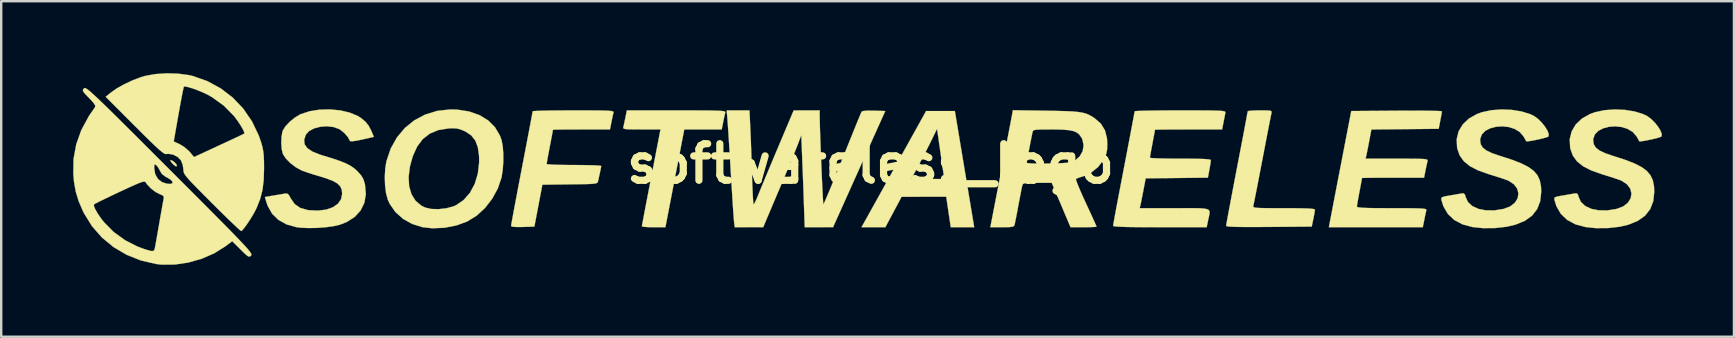
<source format=kicad_pcb>
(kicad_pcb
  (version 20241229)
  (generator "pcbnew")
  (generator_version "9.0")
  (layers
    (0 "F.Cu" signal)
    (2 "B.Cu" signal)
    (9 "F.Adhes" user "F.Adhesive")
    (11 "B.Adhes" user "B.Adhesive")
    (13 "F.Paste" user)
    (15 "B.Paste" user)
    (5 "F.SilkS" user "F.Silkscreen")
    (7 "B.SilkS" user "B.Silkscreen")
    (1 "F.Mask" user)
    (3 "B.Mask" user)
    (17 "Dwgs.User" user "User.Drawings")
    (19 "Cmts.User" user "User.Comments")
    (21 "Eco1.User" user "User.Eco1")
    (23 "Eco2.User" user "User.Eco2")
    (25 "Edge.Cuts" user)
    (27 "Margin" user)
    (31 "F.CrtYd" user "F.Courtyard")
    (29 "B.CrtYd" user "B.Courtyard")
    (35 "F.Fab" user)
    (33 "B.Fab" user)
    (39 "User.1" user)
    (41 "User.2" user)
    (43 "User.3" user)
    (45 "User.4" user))
  (footprint "softwareless_logo"
    (layer "F.Cu")
    (at 33.219 3.772)
    (property "Reference" "softwareless_logo" (at 0 0 0) (layer "F.SilkS") (effects (font (size 1.524 1.524) (thickness 0.3))))
    (attr through_hole)
    (fp_poly (pts (xy -29.101 -0.136) (xy -28.997 -0.062) (xy -28.917 0.027) (xy -28.899 0.099) (xy -28.945 0.109) (xy -29.039 0.039) (xy -29.075 0.003) (xy -29.163 -0.107) (xy -29.169 -0.156) (xy -29.101 -0.136)) (stroke (width 0.01) (type solid)) (fill yes) (layer "F.SilkS"))
    (fp_poly (pts (xy 3.918 0.225) (xy 4.321 2.646) (xy 3.344 2.646) (xy 3.156 1.376) (xy 2.226 1.376) (xy 1.296 1.377) (xy 0.958 2.011) (xy 0.619 2.646) (xy -0.376 2.646) (xy -0.191 2.315) (xy -0.126 2.2) (xy -0.017 2.003) (xy 0.132 1.736) (xy 0.313 1.411) (xy 0.52 1.038) (xy 0.744 0.635) (xy 1.697 0.635) (xy 3.076 0.635) (xy 3.042 0.41) (xy 3.023 0.279) (xy 2.992 0.067) (xy 2.953 -0.2) (xy 2.911 -0.496) (xy 2.891 -0.635) (xy 2.773 -1.455) (xy 2.554 -1.005) (xy 2.438 -0.77) (xy 2.291 -0.482) (xy 2.134 -0.182) (xy 2.017 0.04) (xy 1.697 0.635) (xy 0.744 0.635) (xy 0.747 0.628) (xy 0.989 0.194) (xy 1.156 -0.106) (xy 2.317 -2.196) (xy 3.515 -2.196) (xy 3.918 0.225)) (stroke (width 0.01) (type solid)) (fill yes) (layer "F.SilkS"))
    (fp_poly (pts (xy -7.567 -2.222) (xy -7.141 -2.221) (xy -6.802 -2.219) (xy -6.54 -2.215) (xy -6.346 -2.209) (xy -6.209 -2.201) (xy -6.121 -2.19) (xy -6.072 -2.175) (xy -6.051 -2.157) (xy -6.051 -2.134) (xy -6.052 -2.13) (xy -6.076 -2.029) (xy -6.112 -1.865) (xy -6.138 -1.733) (xy -6.199 -1.429) (xy -7.759 -1.429) (xy -8.152 0.609) (xy -8.545 2.646) (xy -9.035 2.646) (xy -9.248 2.642) (xy -9.414 2.631) (xy -9.51 2.616) (xy -9.525 2.606) (xy -9.515 2.547) (xy -9.487 2.396) (xy -9.443 2.163) (xy -9.386 1.861) (xy -9.317 1.502) (xy -9.239 1.096) (xy -9.154 0.655) (xy -9.137 0.569) (xy -8.75 -1.429) (xy -9.538 -1.429) (xy -9.842 -1.43) (xy -10.055 -1.434) (xy -10.193 -1.442) (xy -10.269 -1.458) (xy -10.301 -1.482) (xy -10.301 -1.516) (xy -10.3 -1.521) (xy -10.275 -1.623) (xy -10.24 -1.786) (xy -10.213 -1.918) (xy -10.152 -2.223) (xy -8.089 -2.223) (xy -7.567 -2.222)) (stroke (width 0.01) (type solid)) (fill yes) (layer "F.SilkS"))
    (fp_poly (pts (xy 16.459 -2.222) (xy 16.606 -2.216) (xy 16.684 -2.2) (xy 16.712 -2.17) (xy 16.708 -2.122) (xy 16.704 -2.103) (xy 16.688 -2.025) (xy 16.654 -1.855) (xy 16.605 -1.607) (xy 16.544 -1.293) (xy 16.473 -0.927) (xy 16.395 -0.52) (xy 16.326 -0.159) (xy 16.243 0.27) (xy 16.166 0.668) (xy 16.097 1.024) (xy 16.038 1.323) (xy 15.992 1.554) (xy 15.961 1.705) (xy 15.948 1.759) (xy 15.946 1.788) (xy 15.966 1.81) (xy 16.02 1.827) (xy 16.12 1.838) (xy 16.278 1.846) (xy 16.507 1.85) (xy 16.817 1.852) (xy 17.221 1.852) (xy 17.644 1.853) (xy 17.972 1.857) (xy 18.213 1.864) (xy 18.378 1.875) (xy 18.475 1.89) (xy 18.516 1.91) (xy 18.519 1.918) (xy 18.507 2.003) (xy 18.48 2.154) (xy 18.45 2.302) (xy 18.384 2.619) (xy 16.6 2.633) (xy 16.079 2.636) (xy 15.656 2.636) (xy 15.327 2.633) (xy 15.085 2.626) (xy 14.924 2.616) (xy 14.837 2.601) (xy 14.817 2.588) (xy 14.826 2.525) (xy 14.854 2.369) (xy 14.898 2.13) (xy 14.956 1.82) (xy 15.026 1.449) (xy 15.106 1.027) (xy 15.194 0.566) (xy 15.266 0.19) (xy 15.359 -0.293) (xy 15.446 -0.745) (xy 15.524 -1.153) (xy 15.591 -1.508) (xy 15.646 -1.8) (xy 15.686 -2.017) (xy 15.71 -2.148) (xy 15.716 -2.185) (xy 15.765 -2.201) (xy 15.897 -2.214) (xy 16.09 -2.221) (xy 16.225 -2.223) (xy 16.459 -2.222)) (stroke (width 0.01) (type solid)) (fill yes) (layer "F.SilkS"))
    (fp_poly (pts (xy -17.213 -2.254) (xy -16.722 -2.177) (xy -16.293 -2.026) (xy -15.931 -1.806) (xy -15.645 -1.52) (xy -15.44 -1.174) (xy -15.372 -0.987) (xy -15.324 -0.739) (xy -15.299 -0.425) (xy -15.299 -0.08) (xy -15.323 0.26) (xy -15.37 0.557) (xy -15.374 0.577) (xy -15.528 1.031) (xy -15.764 1.462) (xy -16.064 1.847) (xy -16.415 2.168) (xy -16.801 2.405) (xy -16.801 2.406) (xy -17.258 2.572) (xy -17.756 2.668) (xy -18.259 2.689) (xy -18.667 2.643) (xy -19.096 2.51) (xy -19.475 2.298) (xy -19.791 2.016) (xy -20.03 1.675) (xy -20.114 1.492) (xy -20.185 1.228) (xy -20.226 0.898) (xy -20.237 0.551) (xy -19.245 0.551) (xy -19.222 0.94) (xy -19.123 1.276) (xy -18.951 1.548) (xy -18.709 1.75) (xy -18.539 1.831) (xy -18.291 1.885) (xy -17.991 1.892) (xy -17.676 1.856) (xy -17.389 1.78) (xy -17.269 1.729) (xy -16.949 1.509) (xy -16.688 1.21) (xy -16.49 0.842) (xy -16.361 0.418) (xy -16.306 -0.051) (xy -16.309 -0.322) (xy -16.359 -0.684) (xy -16.464 -0.965) (xy -16.634 -1.18) (xy -16.876 -1.341) (xy -16.918 -1.361) (xy -17.098 -1.435) (xy -17.256 -1.471) (xy -17.441 -1.478) (xy -17.587 -1.47) (xy -18.006 -1.403) (xy -18.36 -1.256) (xy -18.654 -1.027) (xy -18.89 -0.713) (xy -19.072 -0.311) (xy -19.189 0.115) (xy -19.245 0.551) (xy -20.237 0.551) (xy -20.237 0.539) (xy -20.217 0.186) (xy -20.168 -0.106) (xy -19.99 -0.633) (xy -19.731 -1.096) (xy -19.4 -1.491) (xy -19.004 -1.811) (xy -18.551 -2.05) (xy -18.051 -2.203) (xy -17.511 -2.262) (xy -17.213 -2.254)) (stroke (width 0.01) (type solid)) (fill yes) (layer "F.SilkS"))
    (fp_poly (pts (xy 22.757 -2.212) (xy 23.109 -2.21) (xy 23.402 -2.205) (xy 23.625 -2.2) (xy 23.764 -2.192) (xy 23.809 -2.183) (xy 23.798 -2.114) (xy 23.773 -1.972) (xy 23.74 -1.799) (xy 23.675 -1.455) (xy 20.869 -1.427) (xy 20.777 -0.938) (xy 20.733 -0.71) (xy 20.693 -0.509) (xy 20.663 -0.368) (xy 20.655 -0.331) (xy 20.626 -0.212) (xy 21.932 -0.212) (xy 22.337 -0.211) (xy 22.648 -0.209) (xy 22.878 -0.205) (xy 23.037 -0.198) (xy 23.138 -0.186) (xy 23.193 -0.17) (xy 23.213 -0.148) (xy 23.211 -0.12) (xy 23.211 -0.119) (xy 23.187 -0.018) (xy 23.151 0.146) (xy 23.124 0.278) (xy 23.064 0.582) (xy 21.771 0.582) (xy 21.414 0.583) (xy 21.095 0.584) (xy 20.828 0.586) (xy 20.627 0.589) (xy 20.507 0.593) (xy 20.479 0.595) (xy 20.469 0.65) (xy 20.444 0.786) (xy 20.408 0.982) (xy 20.373 1.164) (xy 20.329 1.399) (xy 20.294 1.598) (xy 20.272 1.737) (xy 20.267 1.786) (xy 20.29 1.806) (xy 20.365 1.822) (xy 20.501 1.835) (xy 20.708 1.843) (xy 20.995 1.849) (xy 21.372 1.851) (xy 21.726 1.852) (xy 22.157 1.852) (xy 22.493 1.854) (xy 22.747 1.858) (xy 22.928 1.864) (xy 23.049 1.874) (xy 23.121 1.887) (xy 23.154 1.906) (xy 23.161 1.931) (xy 23.158 1.945) (xy 23.134 2.046) (xy 23.098 2.21) (xy 23.072 2.342) (xy 23.011 2.646) (xy 19.098 2.646) (xy 19.135 2.447) (xy 19.153 2.354) (xy 19.189 2.168) (xy 19.24 1.903) (xy 19.304 1.569) (xy 19.379 1.18) (xy 19.463 0.746) (xy 19.553 0.279) (xy 19.602 0.026) (xy 20.031 -2.196) (xy 21.922 -2.21) (xy 22.357 -2.212) (xy 22.757 -2.212)) (stroke (width 0.01) (type solid)) (fill yes) (layer "F.SilkS"))
    (fp_poly (pts (xy -11.91 -2.222) (xy -11.537 -2.221) (xy -11.248 -2.218) (xy -11.034 -2.213) (xy -10.883 -2.205) (xy -10.786 -2.194) (xy -10.731 -2.179) (xy -10.708 -2.16) (xy -10.707 -2.135) (xy -10.708 -2.13) (xy -10.733 -2.029) (xy -10.768 -1.865) (xy -10.795 -1.733) (xy -10.855 -1.429) (xy -12.042 -1.429) (xy -12.384 -1.428) (xy -12.687 -1.427) (xy -12.937 -1.424) (xy -13.118 -1.421) (xy -13.216 -1.417) (xy -13.229 -1.416) (xy -13.239 -1.362) (xy -13.265 -1.224) (xy -13.303 -1.021) (xy -13.351 -0.773) (xy -13.362 -0.717) (xy -13.411 -0.459) (xy -13.452 -0.239) (xy -13.48 -0.077) (xy -13.493 0.006) (xy -13.494 0.011) (xy -13.443 0.023) (xy -13.302 0.034) (xy -13.086 0.043) (xy -12.81 0.049) (xy -12.489 0.053) (xy -12.356 0.053) (xy -12.022 0.055) (xy -11.727 0.06) (xy -11.486 0.067) (xy -11.314 0.077) (xy -11.227 0.088) (xy -11.22 0.093) (xy -11.232 0.17) (xy -11.265 0.332) (xy -11.314 0.56) (xy -11.352 0.727) (xy -11.363 0.765) (xy -11.386 0.795) (xy -11.435 0.816) (xy -11.522 0.831) (xy -11.661 0.842) (xy -11.866 0.849) (xy -12.15 0.854) (xy -12.525 0.859) (xy -13.671 0.873) (xy -14.004 2.619) (xy -14.49 2.635) (xy -14.745 2.637) (xy -14.902 2.626) (xy -14.971 2.601) (xy -14.975 2.589) (xy -14.966 2.526) (xy -14.938 2.369) (xy -14.894 2.131) (xy -14.836 1.82) (xy -14.766 1.449) (xy -14.686 1.027) (xy -14.598 0.566) (xy -14.526 0.19) (xy -14.433 -0.293) (xy -14.346 -0.745) (xy -14.269 -1.153) (xy -14.201 -1.508) (xy -14.146 -1.8) (xy -14.106 -2.017) (xy -14.082 -2.148) (xy -14.076 -2.185) (xy -14.025 -2.194) (xy -13.881 -2.203) (xy -13.656 -2.21) (xy -13.363 -2.216) (xy -13.014 -2.22) (xy -12.621 -2.222) (xy -12.379 -2.223) (xy -11.91 -2.222)) (stroke (width 0.01) (type solid)) (fill yes) (layer "F.SilkS"))
    (fp_poly (pts (xy 13.406 -2.222) (xy 13.809 -2.221) (xy 14.126 -2.219) (xy 14.368 -2.214) (xy 14.543 -2.208) (xy 14.663 -2.198) (xy 14.737 -2.185) (xy 14.776 -2.169) (xy 14.788 -2.148) (xy 14.787 -2.13) (xy 14.767 -2.029) (xy 14.735 -1.865) (xy 14.709 -1.733) (xy 14.65 -1.429) (xy 13.252 -1.429) (xy 12.88 -1.428) (xy 12.545 -1.427) (xy 12.261 -1.425) (xy 12.042 -1.422) (xy 11.901 -1.419) (xy 11.853 -1.415) (xy 11.844 -1.361) (xy 11.819 -1.225) (xy 11.782 -1.029) (xy 11.748 -0.847) (xy 11.704 -0.615) (xy 11.669 -0.423) (xy 11.647 -0.294) (xy 11.642 -0.251) (xy 11.692 -0.24) (xy 11.834 -0.23) (xy 12.053 -0.222) (xy 12.334 -0.216) (xy 12.663 -0.212) (xy 12.912 -0.212) (xy 13.348 -0.21) (xy 13.685 -0.205) (xy 13.93 -0.196) (xy 14.089 -0.182) (xy 14.169 -0.165) (xy 14.182 -0.152) (xy 14.173 -0.071) (xy 14.149 0.079) (xy 14.12 0.244) (xy 14.058 0.58) (xy 11.465 0.609) (xy 11.37 1.111) (xy 11.325 1.343) (xy 11.285 1.546) (xy 11.255 1.691) (xy 11.245 1.733) (xy 11.216 1.852) (xy 12.673 1.852) (xy 13.112 1.851) (xy 13.457 1.851) (xy 13.717 1.855) (xy 13.904 1.868) (xy 14.027 1.892) (xy 14.098 1.932) (xy 14.127 1.992) (xy 14.126 2.076) (xy 14.104 2.186) (xy 14.072 2.327) (xy 14.069 2.346) (xy 14.008 2.646) (xy 12.058 2.646) (xy 11.504 2.645) (xy 11.052 2.641) (xy 10.694 2.636) (xy 10.426 2.627) (xy 10.243 2.616) (xy 10.138 2.603) (xy 10.107 2.587) (xy 10.117 2.524) (xy 10.145 2.368) (xy 10.188 2.13) (xy 10.246 1.82) (xy 10.316 1.449) (xy 10.397 1.027) (xy 10.485 0.566) (xy 10.557 0.19) (xy 10.65 -0.293) (xy 10.736 -0.745) (xy 10.814 -1.153) (xy 10.881 -1.508) (xy 10.936 -1.8) (xy 10.977 -2.017) (xy 11.001 -2.148) (xy 11.007 -2.185) (xy 11.058 -2.194) (xy 11.203 -2.202) (xy 11.43 -2.209) (xy 11.727 -2.214) (xy 12.083 -2.219) (xy 12.486 -2.222) (xy 12.907 -2.223) (xy 13.406 -2.222)) (stroke (width 0.01) (type solid)) (fill yes) (layer "F.SilkS"))
    (fp_poly (pts (xy -5.009 -1.521) (xy -4.997 -1.255) (xy -4.983 -0.91) (xy -4.969 -0.515) (xy -4.955 -0.096) (xy -4.942 0.317) (xy -4.939 0.437) (xy -4.928 0.789) (xy -4.915 1.103) (xy -4.902 1.364) (xy -4.889 1.558) (xy -4.876 1.671) (xy -4.869 1.693) (xy -4.834 1.648) (xy -4.774 1.528) (xy -4.701 1.358) (xy -4.693 1.336) (xy -4.637 1.199) (xy -4.547 0.98) (xy -4.428 0.693) (xy -4.286 0.354) (xy -4.129 -0.023) (xy -3.961 -0.422) (xy -3.877 -0.621) (xy -3.201 -2.221) (xy -2.659 -2.222) (xy -2.117 -2.223) (xy -2.118 -2.051) (xy -2.116 -1.89) (xy -2.111 -1.657) (xy -2.102 -1.363) (xy -2.091 -1.025) (xy -2.077 -0.656) (xy -2.062 -0.27) (xy -2.046 0.118) (xy -2.03 0.493) (xy -2.014 0.841) (xy -1.999 1.148) (xy -1.985 1.4) (xy -1.974 1.582) (xy -1.965 1.679) (xy -1.962 1.692) (xy -1.936 1.645) (xy -1.876 1.509) (xy -1.785 1.297) (xy -1.668 1.017) (xy -1.53 0.682) (xy -1.375 0.302) (xy -1.208 -0.113) (xy -1.169 -0.21) (xy -0.998 -0.634) (xy -0.839 -1.029) (xy -0.696 -1.382) (xy -0.574 -1.683) (xy -0.476 -1.921) (xy -0.408 -2.085) (xy -0.373 -2.164) (xy -0.371 -2.169) (xy -0.298 -2.198) (xy -0.13 -2.213) (xy 0.123 -2.212) (xy 0.14 -2.211) (xy 0.615 -2.196) (xy -1.561 2.645) (xy -2.151 2.646) (xy -2.74 2.646) (xy -2.777 1.601) (xy -2.791 1.198) (xy -2.807 0.755) (xy -2.824 0.311) (xy -2.84 -0.092) (xy -2.849 -0.318) (xy -2.884 -1.191) (xy -3.033 -0.794) (xy -3.092 -0.644) (xy -3.185 -0.413) (xy -3.307 -0.116) (xy -3.45 0.229) (xy -3.609 0.607) (xy -3.775 1.003) (xy -3.827 1.124) (xy -4.471 2.645) (xy -5.656 2.646) (xy -5.684 2.421) (xy -5.694 2.315) (xy -5.709 2.118) (xy -5.728 1.844) (xy -5.75 1.506) (xy -5.774 1.118) (xy -5.8 0.696) (xy -5.82 0.37) (xy -5.846 -0.078) (xy -5.872 -0.509) (xy -5.897 -0.908) (xy -5.919 -1.259) (xy -5.938 -1.545) (xy -5.953 -1.753) (xy -5.959 -1.839) (xy -5.992 -2.223) (xy -5.043 -2.223) (xy -5.009 -1.521)) (stroke (width 0.01) (type solid)) (fill yes) (layer "F.SilkS"))
    (fp_poly (pts (xy 26.72 -2.244) (xy 27.127 -2.178) (xy 27.483 -2.068) (xy 27.657 -1.982) (xy 27.818 -1.864) (xy 27.973 -1.709) (xy 28.108 -1.538) (xy 28.209 -1.372) (xy 28.261 -1.232) (xy 28.249 -1.139) (xy 28.244 -1.133) (xy 28.177 -1.103) (xy 28.04 -1.064) (xy 27.864 -1.021) (xy 27.675 -0.981) (xy 27.502 -0.949) (xy 27.374 -0.933) (xy 27.319 -0.937) (xy 27.319 -0.937) (xy 27.284 -1.006) (xy 27.216 -1.124) (xy 27.201 -1.149) (xy 27.043 -1.327) (xy 26.832 -1.453) (xy 26.586 -1.53) (xy 26.323 -1.558) (xy 26.061 -1.54) (xy 25.82 -1.477) (xy 25.618 -1.371) (xy 25.473 -1.223) (xy 25.403 -1.036) (xy 25.4 -0.98) (xy 25.425 -0.814) (xy 25.507 -0.675) (xy 25.659 -0.554) (xy 25.892 -0.442) (xy 26.218 -0.33) (xy 26.251 -0.32) (xy 26.73 -0.165) (xy 27.114 -0.016) (xy 27.411 0.135) (xy 27.633 0.298) (xy 27.788 0.479) (xy 27.885 0.689) (xy 27.935 0.934) (xy 27.946 1.164) (xy 27.905 1.556) (xy 27.778 1.888) (xy 27.565 2.162) (xy 27.264 2.378) (xy 26.874 2.538) (xy 26.511 2.624) (xy 26.022 2.68) (xy 25.514 2.683) (xy 25.089 2.639) (xy 24.668 2.527) (xy 24.322 2.344) (xy 24.056 2.092) (xy 23.869 1.773) (xy 23.792 1.527) (xy 23.78 1.452) (xy 23.802 1.405) (xy 23.877 1.373) (xy 24.026 1.342) (xy 24.117 1.327) (xy 24.323 1.292) (xy 24.505 1.26) (xy 24.615 1.239) (xy 24.716 1.233) (xy 24.768 1.289) (xy 24.791 1.373) (xy 24.89 1.592) (xy 25.073 1.762) (xy 25.326 1.88) (xy 25.639 1.942) (xy 25.997 1.943) (xy 26.378 1.882) (xy 26.652 1.778) (xy 26.848 1.625) (xy 26.963 1.439) (xy 26.996 1.238) (xy 26.945 1.038) (xy 26.809 0.857) (xy 26.586 0.709) (xy 26.5 0.674) (xy 26.35 0.622) (xy 26.134 0.552) (xy 25.886 0.474) (xy 25.743 0.43) (xy 25.31 0.275) (xy 24.972 0.1) (xy 24.722 -0.103) (xy 24.551 -0.341) (xy 24.451 -0.622) (xy 24.44 -0.672) (xy 24.423 -1.025) (xy 24.504 -1.351) (xy 24.677 -1.64) (xy 24.935 -1.884) (xy 25.272 -2.073) (xy 25.477 -2.147) (xy 25.866 -2.23) (xy 26.29 -2.262) (xy 26.72 -2.244)) (stroke (width 0.01) (type solid)) (fill yes) (layer "F.SilkS"))
    (fp_poly (pts (xy 31.429 -2.244) (xy 31.837 -2.178) (xy 32.193 -2.068) (xy 32.367 -1.982) (xy 32.527 -1.864) (xy 32.682 -1.709) (xy 32.818 -1.538) (xy 32.918 -1.372) (xy 32.97 -1.232) (xy 32.958 -1.139) (xy 32.953 -1.133) (xy 32.886 -1.103) (xy 32.75 -1.064) (xy 32.573 -1.021) (xy 32.384 -0.981) (xy 32.212 -0.949) (xy 32.084 -0.933) (xy 32.029 -0.937) (xy 32.028 -0.937) (xy 31.994 -1.006) (xy 31.926 -1.124) (xy 31.911 -1.149) (xy 31.753 -1.327) (xy 31.542 -1.453) (xy 31.295 -1.53) (xy 31.032 -1.558) (xy 30.771 -1.54) (xy 30.53 -1.477) (xy 30.327 -1.371) (xy 30.182 -1.223) (xy 30.113 -1.036) (xy 30.11 -0.98) (xy 30.134 -0.814) (xy 30.217 -0.675) (xy 30.369 -0.554) (xy 30.602 -0.442) (xy 30.927 -0.33) (xy 30.96 -0.32) (xy 31.439 -0.165) (xy 31.823 -0.016) (xy 32.121 0.135) (xy 32.343 0.298) (xy 32.497 0.479) (xy 32.595 0.689) (xy 32.644 0.934) (xy 32.656 1.164) (xy 32.615 1.556) (xy 32.488 1.888) (xy 32.275 2.162) (xy 31.973 2.378) (xy 31.583 2.538) (xy 31.221 2.624) (xy 30.731 2.68) (xy 30.223 2.683) (xy 29.798 2.639) (xy 29.377 2.527) (xy 29.032 2.344) (xy 28.765 2.092) (xy 28.579 1.773) (xy 28.502 1.527) (xy 28.49 1.452) (xy 28.511 1.405) (xy 28.586 1.373) (xy 28.736 1.342) (xy 28.827 1.327) (xy 29.032 1.292) (xy 29.215 1.26) (xy 29.324 1.239) (xy 29.426 1.233) (xy 29.477 1.289) (xy 29.5 1.373) (xy 29.599 1.592) (xy 29.782 1.762) (xy 30.036 1.88) (xy 30.348 1.942) (xy 30.707 1.943) (xy 31.088 1.882) (xy 31.362 1.778) (xy 31.557 1.625) (xy 31.673 1.439) (xy 31.706 1.238) (xy 31.655 1.038) (xy 31.519 0.857) (xy 31.296 0.709) (xy 31.21 0.674) (xy 31.06 0.622) (xy 30.844 0.552) (xy 30.596 0.474) (xy 30.453 0.43) (xy 30.019 0.275) (xy 29.682 0.1) (xy 29.432 -0.103) (xy 29.261 -0.341) (xy 29.16 -0.622) (xy 29.15 -0.672) (xy 29.133 -1.025) (xy 29.214 -1.351) (xy 29.386 -1.64) (xy 29.644 -1.884) (xy 29.981 -2.073) (xy 30.187 -2.147) (xy 30.575 -2.23) (xy 30.999 -2.262) (xy 31.429 -2.244)) (stroke (width 0.01) (type solid)) (fill yes) (layer "F.SilkS"))
    (fp_poly (pts (xy -22.095 -2.223) (xy -21.7 -2.131) (xy -21.362 -1.989) (xy -21.23 -1.907) (xy -21.042 -1.751) (xy -20.908 -1.583) (xy -20.793 -1.36) (xy -20.774 -1.314) (xy -20.693 -1.12) (xy -21.18 -1.008) (xy -21.419 -0.959) (xy -21.589 -0.936) (xy -21.677 -0.94) (xy -21.686 -0.948) (xy -21.779 -1.117) (xy -21.931 -1.29) (xy -22.106 -1.427) (xy -22.143 -1.448) (xy -22.386 -1.532) (xy -22.658 -1.561) (xy -22.935 -1.539) (xy -23.188 -1.47) (xy -23.394 -1.359) (xy -23.524 -1.213) (xy -23.597 -0.999) (xy -23.578 -0.812) (xy -23.464 -0.649) (xy -23.252 -0.507) (xy -22.938 -0.38) (xy -22.829 -0.346) (xy -22.426 -0.223) (xy -22.11 -0.116) (xy -21.864 -0.017) (xy -21.671 0.082) (xy -21.516 0.188) (xy -21.381 0.309) (xy -21.37 0.32) (xy -21.218 0.492) (xy -21.126 0.65) (xy -21.068 0.84) (xy -21.061 0.87) (xy -21.026 1.267) (xy -21.088 1.628) (xy -21.243 1.945) (xy -21.487 2.214) (xy -21.816 2.425) (xy -22.114 2.543) (xy -22.38 2.603) (xy -22.714 2.648) (xy -23.081 2.674) (xy -23.444 2.679) (xy -23.768 2.663) (xy -23.918 2.643) (xy -24.33 2.528) (xy -24.67 2.339) (xy -24.933 2.08) (xy -25.117 1.753) (xy -25.159 1.631) (xy -25.233 1.385) (xy -24.88 1.326) (xy -24.677 1.292) (xy -24.499 1.262) (xy -24.395 1.243) (xy -24.306 1.242) (xy -24.238 1.295) (xy -24.166 1.422) (xy -24.156 1.443) (xy -23.991 1.681) (xy -23.754 1.843) (xy -23.443 1.93) (xy -23.413 1.934) (xy -23.023 1.953) (xy -22.681 1.912) (xy -22.4 1.814) (xy -22.188 1.665) (xy -22.056 1.47) (xy -22.013 1.249) (xy -22.031 1.08) (xy -22.093 0.941) (xy -22.211 0.823) (xy -22.397 0.717) (xy -22.665 0.613) (xy -22.999 0.51) (xy -23.245 0.436) (xy -23.482 0.358) (xy -23.672 0.29) (xy -23.722 0.269) (xy -23.952 0.142) (xy -24.175 -0.03) (xy -24.36 -0.219) (xy -24.478 -0.4) (xy -24.482 -0.408) (xy -24.531 -0.602) (xy -24.55 -0.85) (xy -24.541 -1.108) (xy -24.504 -1.328) (xy -24.482 -1.391) (xy -24.373 -1.563) (xy -24.198 -1.749) (xy -23.986 -1.921) (xy -23.769 -2.052) (xy -23.74 -2.066) (xy -23.37 -2.187) (xy -22.955 -2.253) (xy -22.522 -2.264) (xy -22.095 -2.223)) (stroke (width 0.01) (type solid)) (fill yes) (layer "F.SilkS"))
    (fp_poly (pts (xy -28.848 -3.753) (xy -28.401 -3.693) (xy -28.25 -3.659) (xy -27.637 -3.445) (xy -27.076 -3.142) (xy -26.573 -2.757) (xy -26.136 -2.298) (xy -25.773 -1.77) (xy -25.49 -1.181) (xy -25.392 -0.9) (xy -25.338 -0.71) (xy -25.302 -0.53) (xy -25.28 -0.331) (xy -25.27 -0.082) (xy -25.268 0.212) (xy -25.283 0.689) (xy -25.334 1.095) (xy -25.427 1.462) (xy -25.569 1.821) (xy -25.621 1.931) (xy -25.716 2.105) (xy -25.832 2.297) (xy -25.955 2.485) (xy -26.071 2.647) (xy -26.164 2.76) (xy -26.219 2.805) (xy -26.22 2.805) (xy -26.27 2.768) (xy -26.384 2.666) (xy -26.554 2.506) (xy -26.77 2.299) (xy -27.023 2.052) (xy -27.303 1.774) (xy -27.451 1.627) (xy -27.779 1.298) (xy -28.039 1.035) (xy -28.241 0.828) (xy -28.39 0.669) (xy -28.495 0.548) (xy -28.563 0.456) (xy -28.603 0.384) (xy -28.622 0.322) (xy -28.628 0.263) (xy -28.628 0.238) (xy -28.655 0.051) (xy -28.721 -0.124) (xy -28.73 -0.14) (xy -28.868 -0.284) (xy -29.059 -0.381) (xy -29.258 -0.414) (xy -29.334 -0.404) (xy -29.378 -0.405) (xy -29.439 -0.434) (xy -29.527 -0.496) (xy -29.649 -0.598) (xy -29.812 -0.748) (xy -30 -0.929) (xy -29.031 -0.929) (xy -28.785 -0.815) (xy -28.596 -0.7) (xy -28.415 -0.547) (xy -28.361 -0.489) (xy -28.184 -0.278) (xy -27.705 -0.5) (xy -27.442 -0.622) (xy -27.132 -0.766) (xy -26.823 -0.909) (xy -26.67 -0.98) (xy -26.449 -1.084) (xy -26.265 -1.171) (xy -26.138 -1.232) (xy -26.09 -1.257) (xy -26.094 -1.315) (xy -26.149 -1.435) (xy -26.242 -1.595) (xy -26.359 -1.773) (xy -26.488 -1.948) (xy -26.526 -1.995) (xy -26.945 -2.421) (xy -27.436 -2.775) (xy -27.621 -2.879) (xy -27.816 -2.972) (xy -28.031 -3.06) (xy -28.242 -3.137) (xy -28.425 -3.192) (xy -28.556 -3.219) (xy -28.608 -3.213) (xy -28.624 -3.156) (xy -28.655 -3.009) (xy -28.698 -2.79) (xy -28.75 -2.513) (xy -28.808 -2.193) (xy -28.832 -2.058) (xy -29.031 -0.929) (xy -30 -0.929) (xy -30.025 -0.953) (xy -30.296 -1.219) (xy -30.631 -1.554) (xy -30.659 -1.581) (xy -31.866 -2.789) (xy -31.662 -2.956) (xy -31.41 -3.134) (xy -31.089 -3.314) (xy -30.738 -3.478) (xy -30.392 -3.609) (xy -30.231 -3.657) (xy -29.806 -3.735) (xy -29.331 -3.767) (xy -28.848 -3.753)) (stroke (width 0.01) (type solid)) (fill yes) (layer "F.SilkS"))
    (fp_poly (pts (xy 7.319 -2.209) (xy 7.777 -2.201) (xy 8.143 -2.191) (xy 8.433 -2.177) (xy 8.66 -2.156) (xy 8.84 -2.126) (xy 8.986 -2.086) (xy 9.114 -2.032) (xy 9.237 -1.962) (xy 9.347 -1.89) (xy 9.602 -1.665) (xy 9.77 -1.389) (xy 9.854 -1.053) (xy 9.867 -0.819) (xy 9.858 -0.592) (xy 9.824 -0.419) (xy 9.755 -0.252) (xy 9.704 -0.156) (xy 9.486 0.132) (xy 9.197 0.366) (xy 8.865 0.524) (xy 8.819 0.537) (xy 8.674 0.583) (xy 8.576 0.623) (xy 8.559 0.633) (xy 8.569 0.689) (xy 8.618 0.825) (xy 8.7 1.027) (xy 8.81 1.28) (xy 8.941 1.569) (xy 8.97 1.632) (xy 9.106 1.926) (xy 9.226 2.186) (xy 9.322 2.398) (xy 9.389 2.547) (xy 9.418 2.618) (xy 9.419 2.621) (xy 9.37 2.631) (xy 9.237 2.639) (xy 9.043 2.644) (xy 8.877 2.645) (xy 8.334 2.644) (xy 7.943 1.719) (xy 7.551 0.794) (xy 6.954 0.794) (xy 6.692 0.796) (xy 6.517 0.803) (xy 6.41 0.818) (xy 6.354 0.845) (xy 6.33 0.885) (xy 6.33 0.886) (xy 6.31 0.97) (xy 6.276 1.136) (xy 6.232 1.363) (xy 6.181 1.629) (xy 6.164 1.72) (xy 6.113 1.994) (xy 6.066 2.236) (xy 6.028 2.424) (xy 6.004 2.537) (xy 6 2.553) (xy 5.973 2.597) (xy 5.911 2.625) (xy 5.793 2.64) (xy 5.599 2.645) (xy 5.483 2.646) (xy 4.993 2.646) (xy 5.426 0.41) (xy 5.513 -0.041) (xy 6.509 -0.041) (xy 6.56 -0.024) (xy 6.705 -0.012) (xy 6.933 -0.006) (xy 7.233 -0.006) (xy 7.422 -0.009) (xy 7.763 -0.017) (xy 8.016 -0.027) (xy 8.199 -0.041) (xy 8.329 -0.061) (xy 8.425 -0.089) (xy 8.504 -0.127) (xy 8.514 -0.132) (xy 8.716 -0.305) (xy 8.84 -0.526) (xy 8.879 -0.77) (xy 8.828 -1.014) (xy 8.783 -1.101) (xy 8.697 -1.218) (xy 8.59 -1.304) (xy 8.446 -1.363) (xy 8.249 -1.401) (xy 7.983 -1.422) (xy 7.631 -1.429) (xy 7.543 -1.429) (xy 7.244 -1.428) (xy 7.034 -1.425) (xy 6.897 -1.416) (xy 6.816 -1.4) (xy 6.774 -1.373) (xy 6.755 -1.333) (xy 6.75 -1.31) (xy 6.713 -1.133) (xy 6.669 -0.913) (xy 6.623 -0.676) (xy 6.58 -0.446) (xy 6.543 -0.247) (xy 6.518 -0.104) (xy 6.509 -0.041) (xy 5.513 -0.041) (xy 5.519 -0.07) (xy 5.607 -0.524) (xy 5.687 -0.94) (xy 5.758 -1.307) (xy 5.817 -1.612) (xy 5.861 -1.843) (xy 5.889 -1.989) (xy 5.896 -2.028) (xy 5.933 -2.23) (xy 7.319 -2.209)) (stroke (width 0.01) (type solid)) (fill yes) (layer "F.SilkS"))
    (fp_poly (pts (xy -32.689 -3.14) (xy -32.637 -3.108) (xy -32.563 -3.052) (xy -32.465 -2.968) (xy -32.337 -2.852) (xy -32.174 -2.7) (xy -31.972 -2.506) (xy -31.727 -2.267) (xy -31.434 -1.979) (xy -31.089 -1.636) (xy -30.686 -1.236) (xy -30.221 -0.772) (xy -29.69 -0.241) (xy -29.2 0.248) (xy -28.611 0.838) (xy -28.092 1.357) (xy -27.64 1.81) (xy -27.25 2.203) (xy -26.917 2.539) (xy -26.637 2.823) (xy -26.407 3.06) (xy -26.221 3.255) (xy -26.075 3.411) (xy -25.964 3.534) (xy -25.886 3.628) (xy -25.834 3.698) (xy -25.805 3.748) (xy -25.795 3.783) (xy -25.798 3.807) (xy -25.809 3.823) (xy -25.854 3.864) (xy -25.902 3.871) (xy -25.97 3.832) (xy -26.076 3.739) (xy -26.238 3.581) (xy -26.245 3.574) (xy -26.593 3.228) (xy -26.875 3.439) (xy -27.339 3.73) (xy -27.864 3.958) (xy -28.424 4.117) (xy -28.993 4.201) (xy -29.545 4.202) (xy -29.764 4.177) (xy -30.403 4.029) (xy -30.999 3.791) (xy -31.542 3.47) (xy -32.023 3.073) (xy -32.434 2.604) (xy -32.765 2.071) (xy -32.809 1.984) (xy -32.903 1.765) (xy -32.355 1.765) (xy -32.3 1.899) (xy -32.198 2.076) (xy -32.06 2.276) (xy -31.932 2.44) (xy -31.532 2.844) (xy -31.057 3.187) (xy -30.531 3.455) (xy -30.268 3.551) (xy -30.064 3.614) (xy -29.938 3.64) (xy -29.868 3.629) (xy -29.833 3.578) (xy -29.821 3.532) (xy -29.803 3.443) (xy -29.771 3.268) (xy -29.729 3.029) (xy -29.679 2.743) (xy -29.634 2.487) (xy -29.581 2.179) (xy -29.531 1.901) (xy -29.491 1.672) (xy -29.461 1.513) (xy -29.448 1.446) (xy -29.449 1.362) (xy -29.517 1.305) (xy -29.608 1.27) (xy -29.785 1.179) (xy -29.975 1.034) (xy -30.134 0.87) (xy -30.196 0.779) (xy -30.221 0.752) (xy -30.264 0.743) (xy -30.338 0.756) (xy -30.455 0.797) (xy -30.628 0.869) (xy -30.869 0.977) (xy -31.19 1.126) (xy -31.277 1.166) (xy -31.583 1.311) (xy -31.857 1.442) (xy -32.085 1.553) (xy -32.251 1.637) (xy -32.342 1.686) (xy -32.352 1.693) (xy -32.355 1.765) (xy -32.903 1.765) (xy -32.992 1.561) (xy -33.114 1.16) (xy -33.187 0.736) (xy -33.214 0.421) (xy -33.21 0.181) (xy -29.845 0.181) (xy -29.804 0.431) (xy -29.689 0.634) (xy -29.516 0.767) (xy -29.511 0.769) (xy -29.327 0.829) (xy -29.174 0.843) (xy -29.087 0.812) (xy -29.084 0.747) (xy -29.161 0.663) (xy -29.3 0.578) (xy -29.349 0.556) (xy -29.522 0.429) (xy -29.596 0.308) (xy -29.671 0.167) (xy -29.752 0.064) (xy -29.757 0.06) (xy -29.815 0.023) (xy -29.839 0.056) (xy -29.845 0.175) (xy -29.845 0.181) (xy -33.21 0.181) (xy -33.204 -0.202) (xy -33.093 -0.809) (xy -32.881 -1.403) (xy -32.564 -1.989) (xy -32.306 -2.363) (xy -32.301 -2.423) (xy -32.359 -2.52) (xy -32.488 -2.667) (xy -32.558 -2.739) (xy -32.706 -2.892) (xy -32.789 -2.99) (xy -32.817 -3.054) (xy -32.801 -3.103) (xy -32.77 -3.138) (xy -32.751 -3.151) (xy -32.726 -3.153) (xy -32.689 -3.14)) (stroke (width 0.01) (type solid)) (fill yes) (layer "F.SilkS")))
  (gr_rect
    (start -3 -3)
    (end 69.195 10.979)
    (stroke (width 0.1) (type default))
    (fill no)
    (layer "Edge.Cuts")))
</source>
